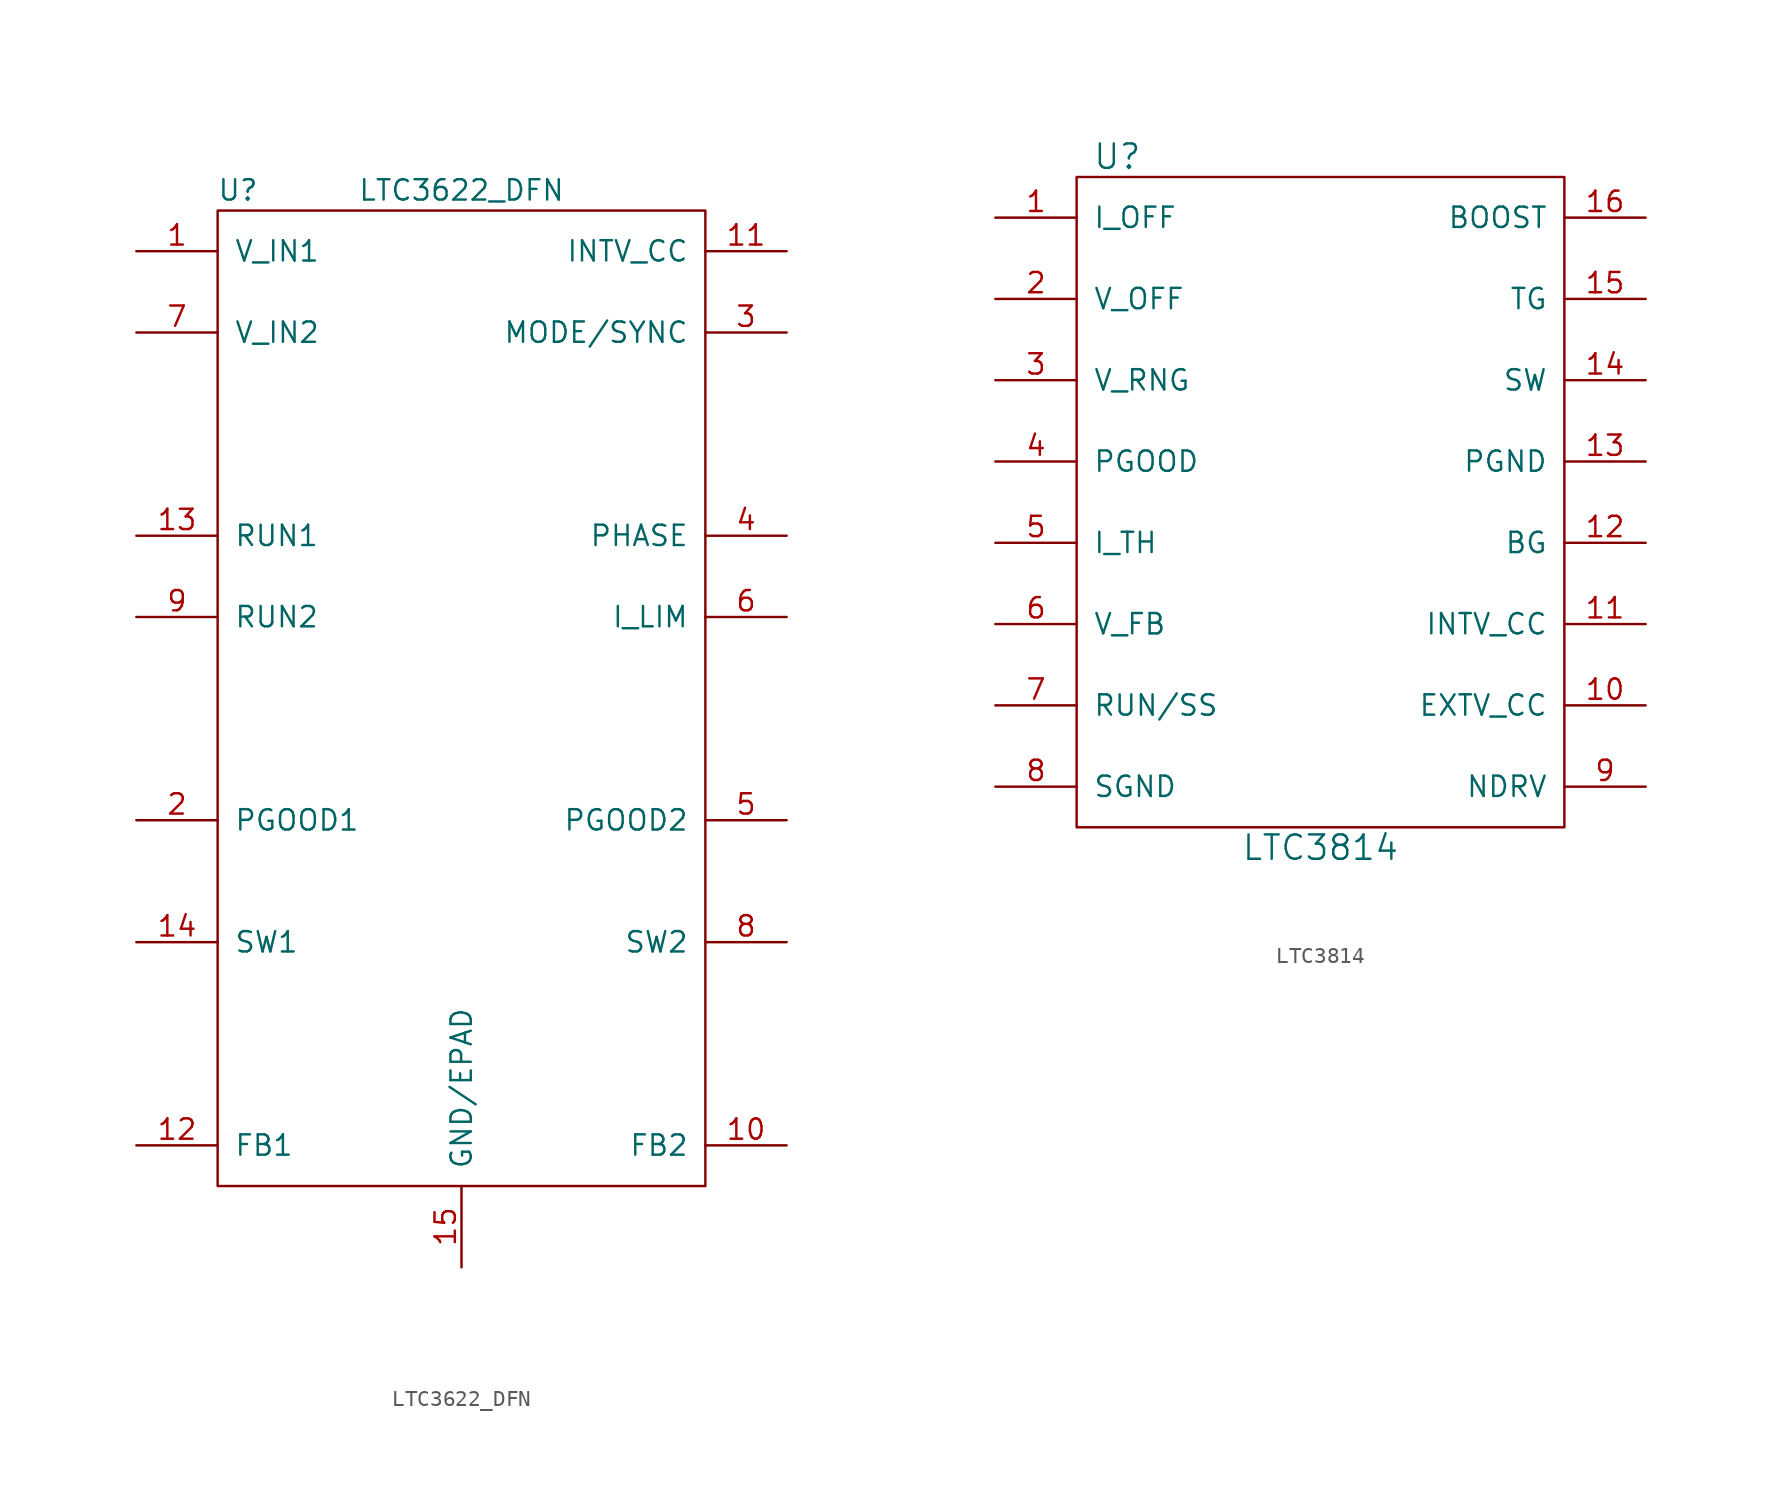
<source format=kicad_sym>
(kicad_symbol_lib
  (version 20211014)
  (generator kicad_symbol_editor)
  (symbol "LTC3622_DFN"
    (pin_names
      (offset 1.016))
    (property "Reference" "U"
      (at -13.97 31.75 0)
      (effects (font (size 1.27 1.27))))
    (property "Value" "LTC3622_DFN"
      (at 0 31.75 0)
      (effects (font (size 1.27 1.27))))
    (symbol "LTC3622_DFN_0_1"
      (rectangle (start -15.24 -30.48) (end 15.24 30.48) (stroke (width 0) (type default) (color 0 0 0 0)) (fill (type none))))
    (symbol "LTC3622_DFN_1_1"
      (pin input line (at -20.32 27.94 0) (length 5.08) (name "V_IN1" (effects (font (size 1.27 1.27)))) (number "1" (effects (font (size 1.27 1.27)))))
      (pin input line (at 20.32 -27.94 180) (length 5.08) (name "FB2" (effects (font (size 1.27 1.27)))) (number "10" (effects (font (size 1.27 1.27)))))
      (pin input line (at 20.32 27.94 180) (length 5.08) (name "INTV_CC" (effects (font (size 1.27 1.27)))) (number "11" (effects (font (size 1.27 1.27)))))
      (pin input line (at -20.32 -27.94 0) (length 5.08) (name "FB1" (effects (font (size 1.27 1.27)))) (number "12" (effects (font (size 1.27 1.27)))))
      (pin input line (at -20.32 10.16 0) (length 5.08) (name "RUN1" (effects (font (size 1.27 1.27)))) (number "13" (effects (font (size 1.27 1.27)))))
      (pin input line (at -20.32 -15.24 0) (length 5.08) (name "SW1" (effects (font (size 1.27 1.27)))) (number "14" (effects (font (size 1.27 1.27)))))
      (pin input line (at 0 -35.56 90) (length 5.08) (name "GND/EPAD" (effects (font (size 1.27 1.27)))) (number "15" (effects (font (size 1.27 1.27)))))
      (pin input line (at -20.32 -7.62 0) (length 5.08) (name "PGOOD1" (effects (font (size 1.27 1.27)))) (number "2" (effects (font (size 1.27 1.27)))))
      (pin input line (at 20.32 22.86 180) (length 5.08) (name "MODE/SYNC" (effects (font (size 1.27 1.27)))) (number "3" (effects (font (size 1.27 1.27)))))
      (pin input line (at 20.32 10.16 180) (length 5.08) (name "PHASE" (effects (font (size 1.27 1.27)))) (number "4" (effects (font (size 1.27 1.27)))))
      (pin input line (at 20.32 -7.62 180) (length 5.08) (name "PGOOD2" (effects (font (size 1.27 1.27)))) (number "5" (effects (font (size 1.27 1.27)))))
      (pin input line (at 20.32 5.08 180) (length 5.08) (name "I_LIM" (effects (font (size 1.27 1.27)))) (number "6" (effects (font (size 1.27 1.27)))))
      (pin input line (at -20.32 22.86 0) (length 5.08) (name "V_IN2" (effects (font (size 1.27 1.27)))) (number "7" (effects (font (size 1.27 1.27)))))
      (pin input line (at 20.32 -15.24 180) (length 5.08) (name "SW2" (effects (font (size 1.27 1.27)))) (number "8" (effects (font (size 1.27 1.27)))))
      (pin input line (at -20.32 5.08 0) (length 5.08) (name "RUN2" (effects (font (size 1.27 1.27)))) (number "9" (effects (font (size 1.27 1.27)))))))
  (symbol "LTC3814"
    (pin_names
      (offset 1.016))
    (property "Reference" "U"
      (at -12.7 21.59 0)
      (effects (font (size 1.524 1.524))))
    (property "Value" "LTC3814"
      (at 0 -21.59 0)
      (effects (font (size 1.524 1.524))))
    (symbol "LTC3814_0_1"
      (rectangle (start -15.24 20.32) (end 15.24 -20.32) (stroke (width 0) (type default) (color 0 0 0 0)) (fill (type none))))
    (symbol "LTC3814_1_1"
      (pin input line (at -20.32 17.78 0) (length 5.08) (name "I_OFF" (effects (font (size 1.27 1.27)))) (number "1" (effects (font (size 1.27 1.27)))))
      (pin input line (at 20.32 -12.7 180) (length 5.08) (name "EXTV_CC" (effects (font (size 1.27 1.27)))) (number "10" (effects (font (size 1.27 1.27)))))
      (pin input line (at 20.32 -7.62 180) (length 5.08) (name "INTV_CC" (effects (font (size 1.27 1.27)))) (number "11" (effects (font (size 1.27 1.27)))))
      (pin input line (at 20.32 -2.54 180) (length 5.08) (name "BG" (effects (font (size 1.27 1.27)))) (number "12" (effects (font (size 1.27 1.27)))))
      (pin input line (at 20.32 2.54 180) (length 5.08) (name "PGND" (effects (font (size 1.27 1.27)))) (number "13" (effects (font (size 1.27 1.27)))))
      (pin input line (at 20.32 7.62 180) (length 5.08) (name "SW" (effects (font (size 1.27 1.27)))) (number "14" (effects (font (size 1.27 1.27)))))
      (pin input line (at 20.32 12.7 180) (length 5.08) (name "TG" (effects (font (size 1.27 1.27)))) (number "15" (effects (font (size 1.27 1.27)))))
      (pin input line (at 20.32 17.78 180) (length 5.08) (name "BOOST" (effects (font (size 1.27 1.27)))) (number "16" (effects (font (size 1.27 1.27)))))
      (pin input line (at -20.32 12.7 0) (length 5.08) (name "V_OFF" (effects (font (size 1.27 1.27)))) (number "2" (effects (font (size 1.27 1.27)))))
      (pin input line (at -20.32 7.62 0) (length 5.08) (name "V_RNG" (effects (font (size 1.27 1.27)))) (number "3" (effects (font (size 1.27 1.27)))))
      (pin input line (at -20.32 2.54 0) (length 5.08) (name "PGOOD" (effects (font (size 1.27 1.27)))) (number "4" (effects (font (size 1.27 1.27)))))
      (pin input line (at -20.32 -2.54 0) (length 5.08) (name "I_TH" (effects (font (size 1.27 1.27)))) (number "5" (effects (font (size 1.27 1.27)))))
      (pin input line (at -20.32 -7.62 0) (length 5.08) (name "V_FB" (effects (font (size 1.27 1.27)))) (number "6" (effects (font (size 1.27 1.27)))))
      (pin input line (at -20.32 -12.7 0) (length 5.08) (name "RUN/SS" (effects (font (size 1.27 1.27)))) (number "7" (effects (font (size 1.27 1.27)))))
      (pin input line (at -20.32 -17.78 0) (length 5.08) (name "SGND" (effects (font (size 1.27 1.27)))) (number "8" (effects (font (size 1.27 1.27)))))
      (pin input line (at 20.32 -17.78 180) (length 5.08) (name "NDRV" (effects (font (size 1.27 1.27)))) (number "9" (effects (font (size 1.27 1.27))))))))
</source>
